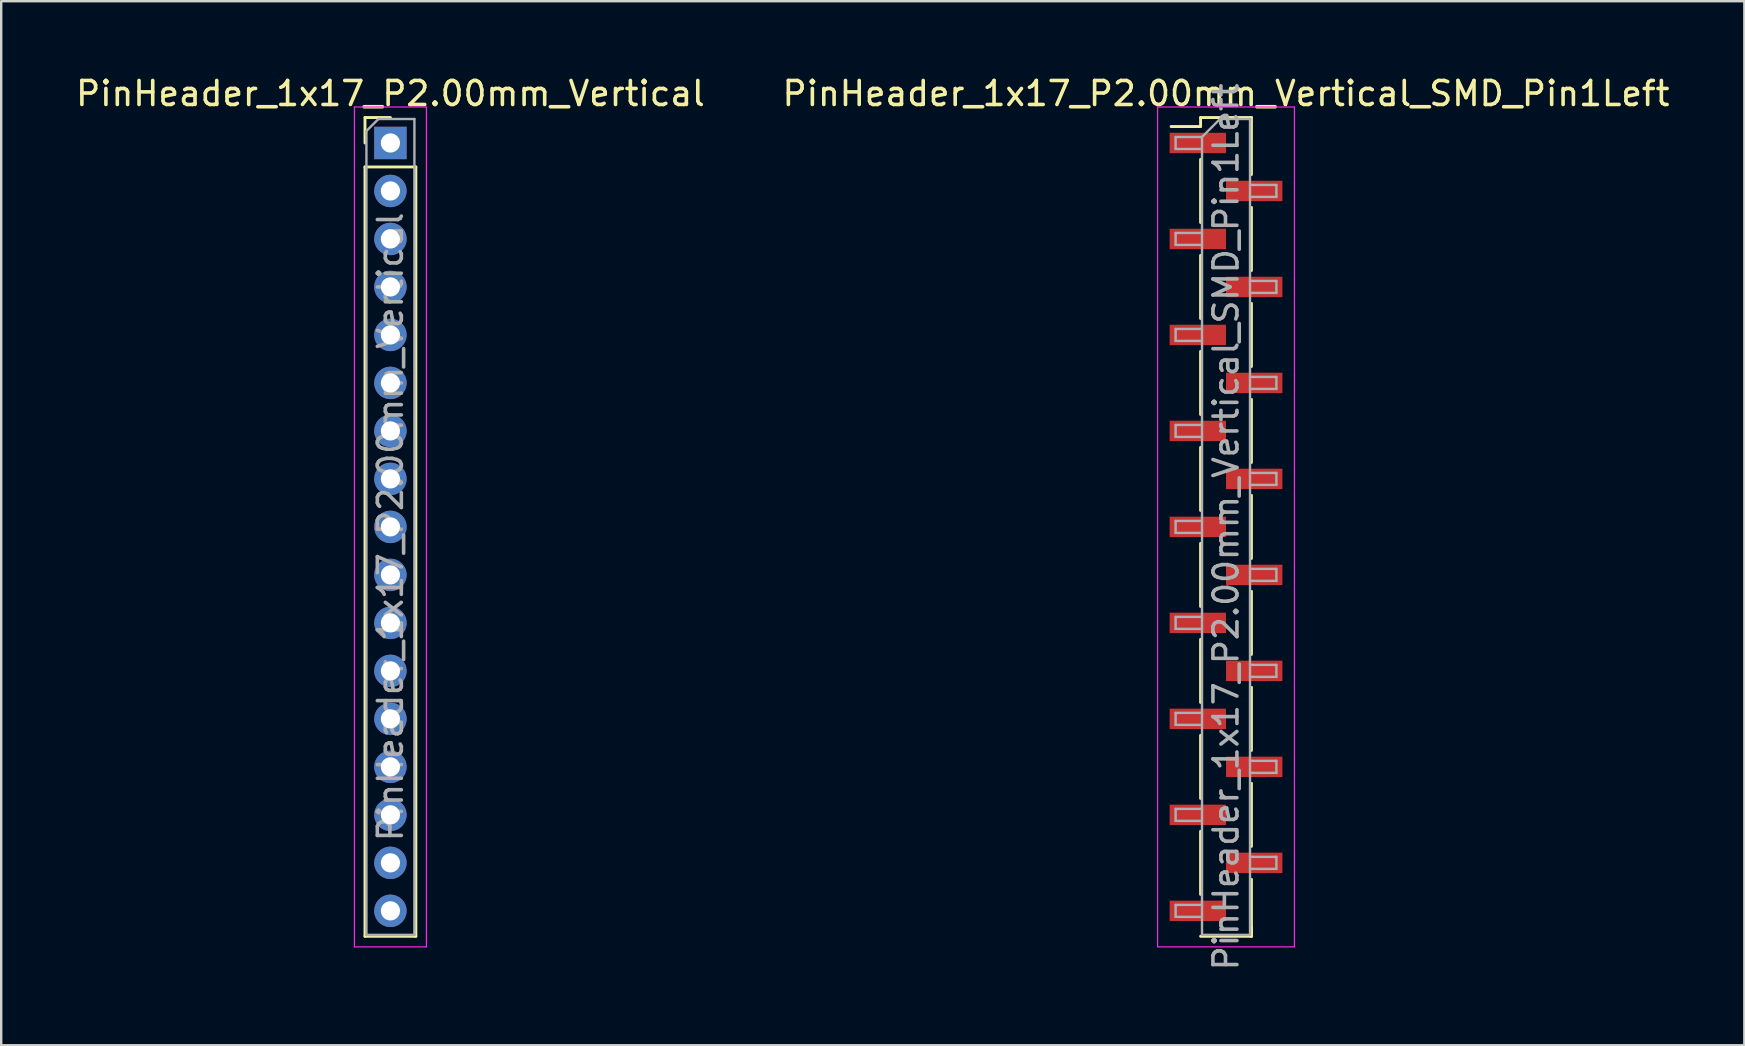
<source format=kicad_pcb>
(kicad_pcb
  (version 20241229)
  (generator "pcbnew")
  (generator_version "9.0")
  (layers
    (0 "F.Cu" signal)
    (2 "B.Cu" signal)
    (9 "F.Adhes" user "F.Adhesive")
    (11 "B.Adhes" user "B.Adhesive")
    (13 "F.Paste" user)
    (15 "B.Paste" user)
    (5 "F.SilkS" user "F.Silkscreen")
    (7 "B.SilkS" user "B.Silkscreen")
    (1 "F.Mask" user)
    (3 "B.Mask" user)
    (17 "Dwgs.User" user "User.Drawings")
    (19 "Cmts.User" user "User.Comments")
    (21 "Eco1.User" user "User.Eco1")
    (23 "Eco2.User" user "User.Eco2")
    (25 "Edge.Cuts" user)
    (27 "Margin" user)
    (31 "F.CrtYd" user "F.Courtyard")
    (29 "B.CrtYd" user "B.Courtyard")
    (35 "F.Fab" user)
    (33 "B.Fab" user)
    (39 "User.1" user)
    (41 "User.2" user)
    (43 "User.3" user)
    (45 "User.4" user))
  (footprint "PinHeader_1x17_P2.00mm_Vertical_SMD_Pin1Left"
    (layer "F.Cu")
    (at 48.042 18.908)
    (property "Reference" "PinHeader_1x17_P2.00mm_Vertical_SMD_Pin1Left" (at 0 -18.06 0) (layer "F.SilkS") (effects (font (size 1 1) (thickness 0.15))))
    (attr smd)
    (fp_line (start -1.06 -17.06) (end -1.06 -16.685) (stroke (width 0.12) (type solid)) (layer "F.SilkS"))
    (fp_line (start -1.06 -17.06) (end 1.06 -17.06) (stroke (width 0.12) (type solid)) (layer "F.SilkS"))
    (fp_line (start -1.06 -16.685) (end -2.29 -16.685) (stroke (width 0.12) (type solid)) (layer "F.SilkS"))
    (fp_line (start -1.06 -15.315) (end -1.06 -12.685) (stroke (width 0.12) (type solid)) (layer "F.SilkS"))
    (fp_line (start -1.06 -11.315) (end -1.06 -8.685) (stroke (width 0.12) (type solid)) (layer "F.SilkS"))
    (fp_line (start -1.06 -7.315) (end -1.06 -4.685) (stroke (width 0.12) (type solid)) (layer "F.SilkS"))
    (fp_line (start -1.06 -3.315) (end -1.06 -0.685) (stroke (width 0.12) (type solid)) (layer "F.SilkS"))
    (fp_line (start -1.06 0.685) (end -1.06 3.315) (stroke (width 0.12) (type solid)) (layer "F.SilkS"))
    (fp_line (start -1.06 4.685) (end -1.06 7.315) (stroke (width 0.12) (type solid)) (layer "F.SilkS"))
    (fp_line (start -1.06 8.685) (end -1.06 11.315) (stroke (width 0.12) (type solid)) (layer "F.SilkS"))
    (fp_line (start -1.06 12.685) (end -1.06 15.315) (stroke (width 0.12) (type solid)) (layer "F.SilkS"))
    (fp_line (start -1.06 17.06) (end 1.06 17.06) (stroke (width 0.12) (type solid)) (layer "F.SilkS"))
    (fp_line (start 1.06 -17.06) (end 1.06 -14.685) (stroke (width 0.12) (type solid)) (layer "F.SilkS"))
    (fp_line (start 1.06 -13.315) (end 1.06 -10.685) (stroke (width 0.12) (type solid)) (layer "F.SilkS"))
    (fp_line (start 1.06 -9.315) (end 1.06 -6.685) (stroke (width 0.12) (type solid)) (layer "F.SilkS"))
    (fp_line (start 1.06 -5.315) (end 1.06 -2.685) (stroke (width 0.12) (type solid)) (layer "F.SilkS"))
    (fp_line (start 1.06 -1.315) (end 1.06 1.315) (stroke (width 0.12) (type solid)) (layer "F.SilkS"))
    (fp_line (start 1.06 2.685) (end 1.06 5.315) (stroke (width 0.12) (type solid)) (layer "F.SilkS"))
    (fp_line (start 1.06 6.685) (end 1.06 9.315) (stroke (width 0.12) (type solid)) (layer "F.SilkS"))
    (fp_line (start 1.06 10.685) (end 1.06 13.315) (stroke (width 0.12) (type solid)) (layer "F.SilkS"))
    (fp_line (start 1.06 14.685) (end 1.06 17.06) (stroke (width 0.12) (type solid)) (layer "F.SilkS"))
    (fp_line (start 1.06 16.685) (end 1.06 17.06) (stroke (width 0.12) (type solid)) (layer "F.SilkS"))
    (fp_line (start -2.85 -17.5) (end -2.85 17.5) (stroke (width 0.05) (type solid)) (layer "F.CrtYd"))
    (fp_line (start -2.85 17.5) (end 2.85 17.5) (stroke (width 0.05) (type solid)) (layer "F.CrtYd"))
    (fp_line (start 2.85 -17.5) (end -2.85 -17.5) (stroke (width 0.05) (type solid)) (layer "F.CrtYd"))
    (fp_line (start 2.85 17.5) (end 2.85 -17.5) (stroke (width 0.05) (type solid)) (layer "F.CrtYd"))
    (fp_line (start -2.1 -16.25) (end -2.1 -15.75) (stroke (width 0.1) (type solid)) (layer "F.Fab"))
    (fp_line (start -2.1 -15.75) (end -1 -15.75) (stroke (width 0.1) (type solid)) (layer "F.Fab"))
    (fp_line (start -2.1 -12.25) (end -2.1 -11.75) (stroke (width 0.1) (type solid)) (layer "F.Fab"))
    (fp_line (start -2.1 -11.75) (end -1 -11.75) (stroke (width 0.1) (type solid)) (layer "F.Fab"))
    (fp_line (start -2.1 -8.25) (end -2.1 -7.75) (stroke (width 0.1) (type solid)) (layer "F.Fab"))
    (fp_line (start -2.1 -7.75) (end -1 -7.75) (stroke (width 0.1) (type solid)) (layer "F.Fab"))
    (fp_line (start -2.1 -4.25) (end -2.1 -3.75) (stroke (width 0.1) (type solid)) (layer "F.Fab"))
    (fp_line (start -2.1 -3.75) (end -1 -3.75) (stroke (width 0.1) (type solid)) (layer "F.Fab"))
    (fp_line (start -2.1 -0.25) (end -2.1 0.25) (stroke (width 0.1) (type solid)) (layer "F.Fab"))
    (fp_line (start -2.1 0.25) (end -1 0.25) (stroke (width 0.1) (type solid)) (layer "F.Fab"))
    (fp_line (start -2.1 3.75) (end -2.1 4.25) (stroke (width 0.1) (type solid)) (layer "F.Fab"))
    (fp_line (start -2.1 4.25) (end -1 4.25) (stroke (width 0.1) (type solid)) (layer "F.Fab"))
    (fp_line (start -2.1 7.75) (end -2.1 8.25) (stroke (width 0.1) (type solid)) (layer "F.Fab"))
    (fp_line (start -2.1 8.25) (end -1 8.25) (stroke (width 0.1) (type solid)) (layer "F.Fab"))
    (fp_line (start -2.1 11.75) (end -2.1 12.25) (stroke (width 0.1) (type solid)) (layer "F.Fab"))
    (fp_line (start -2.1 12.25) (end -1 12.25) (stroke (width 0.1) (type solid)) (layer "F.Fab"))
    (fp_line (start -2.1 15.75) (end -2.1 16.25) (stroke (width 0.1) (type solid)) (layer "F.Fab"))
    (fp_line (start -2.1 16.25) (end -1 16.25) (stroke (width 0.1) (type solid)) (layer "F.Fab"))
    (fp_line (start -1 -16.25) (end -2.1 -16.25) (stroke (width 0.1) (type solid)) (layer "F.Fab"))
    (fp_line (start -1 -16.25) (end -0.25 -17) (stroke (width 0.1) (type solid)) (layer "F.Fab"))
    (fp_line (start -1 -12.25) (end -2.1 -12.25) (stroke (width 0.1) (type solid)) (layer "F.Fab"))
    (fp_line (start -1 -8.25) (end -2.1 -8.25) (stroke (width 0.1) (type solid)) (layer "F.Fab"))
    (fp_line (start -1 -4.25) (end -2.1 -4.25) (stroke (width 0.1) (type solid)) (layer "F.Fab"))
    (fp_line (start -1 -0.25) (end -2.1 -0.25) (stroke (width 0.1) (type solid)) (layer "F.Fab"))
    (fp_line (start -1 3.75) (end -2.1 3.75) (stroke (width 0.1) (type solid)) (layer "F.Fab"))
    (fp_line (start -1 7.75) (end -2.1 7.75) (stroke (width 0.1) (type solid)) (layer "F.Fab"))
    (fp_line (start -1 11.75) (end -2.1 11.75) (stroke (width 0.1) (type solid)) (layer "F.Fab"))
    (fp_line (start -1 15.75) (end -2.1 15.75) (stroke (width 0.1) (type solid)) (layer "F.Fab"))
    (fp_line (start -1 17) (end -1 -16.25) (stroke (width 0.1) (type solid)) (layer "F.Fab"))
    (fp_line (start -0.25 -17) (end 1 -17) (stroke (width 0.1) (type solid)) (layer "F.Fab"))
    (fp_line (start 1 -17) (end 1 17) (stroke (width 0.1) (type solid)) (layer "F.Fab"))
    (fp_line (start 1 -14.25) (end 2.1 -14.25) (stroke (width 0.1) (type solid)) (layer "F.Fab"))
    (fp_line (start 1 -10.25) (end 2.1 -10.25) (stroke (width 0.1) (type solid)) (layer "F.Fab"))
    (fp_line (start 1 -6.25) (end 2.1 -6.25) (stroke (width 0.1) (type solid)) (layer "F.Fab"))
    (fp_line (start 1 -2.25) (end 2.1 -2.25) (stroke (width 0.1) (type solid)) (layer "F.Fab"))
    (fp_line (start 1 1.75) (end 2.1 1.75) (stroke (width 0.1) (type solid)) (layer "F.Fab"))
    (fp_line (start 1 5.75) (end 2.1 5.75) (stroke (width 0.1) (type solid)) (layer "F.Fab"))
    (fp_line (start 1 9.75) (end 2.1 9.75) (stroke (width 0.1) (type solid)) (layer "F.Fab"))
    (fp_line (start 1 13.75) (end 2.1 13.75) (stroke (width 0.1) (type solid)) (layer "F.Fab"))
    (fp_line (start 1 17) (end -1 17) (stroke (width 0.1) (type solid)) (layer "F.Fab"))
    (fp_line (start 2.1 -14.25) (end 2.1 -13.75) (stroke (width 0.1) (type solid)) (layer "F.Fab"))
    (fp_line (start 2.1 -13.75) (end 1 -13.75) (stroke (width 0.1) (type solid)) (layer "F.Fab"))
    (fp_line (start 2.1 -10.25) (end 2.1 -9.75) (stroke (width 0.1) (type solid)) (layer "F.Fab"))
    (fp_line (start 2.1 -9.75) (end 1 -9.75) (stroke (width 0.1) (type solid)) (layer "F.Fab"))
    (fp_line (start 2.1 -6.25) (end 2.1 -5.75) (stroke (width 0.1) (type solid)) (layer "F.Fab"))
    (fp_line (start 2.1 -5.75) (end 1 -5.75) (stroke (width 0.1) (type solid)) (layer "F.Fab"))
    (fp_line (start 2.1 -2.25) (end 2.1 -1.75) (stroke (width 0.1) (type solid)) (layer "F.Fab"))
    (fp_line (start 2.1 -1.75) (end 1 -1.75) (stroke (width 0.1) (type solid)) (layer "F.Fab"))
    (fp_line (start 2.1 1.75) (end 2.1 2.25) (stroke (width 0.1) (type solid)) (layer "F.Fab"))
    (fp_line (start 2.1 2.25) (end 1 2.25) (stroke (width 0.1) (type solid)) (layer "F.Fab"))
    (fp_line (start 2.1 5.75) (end 2.1 6.25) (stroke (width 0.1) (type solid)) (layer "F.Fab"))
    (fp_line (start 2.1 6.25) (end 1 6.25) (stroke (width 0.1) (type solid)) (layer "F.Fab"))
    (fp_line (start 2.1 9.75) (end 2.1 10.25) (stroke (width 0.1) (type solid)) (layer "F.Fab"))
    (fp_line (start 2.1 10.25) (end 1 10.25) (stroke (width 0.1) (type solid)) (layer "F.Fab"))
    (fp_line (start 2.1 13.75) (end 2.1 14.25) (stroke (width 0.1) (type solid)) (layer "F.Fab"))
    (fp_line (start 2.1 14.25) (end 1 14.25) (stroke (width 0.1) (type solid)) (layer "F.Fab"))
    (fp_text user "${REFERENCE}" (at 0 0 90) (layer "F.Fab") (effects (font (size 1 1) (thickness 0.15))))
    (pad "1" smd rect (at -1.175 -16) (size 2.35 0.85) (layers "F.Cu" "F.Mask" "F.Paste"))
    (pad "2" smd rect (at 1.175 -14) (size 2.35 0.85) (layers "F.Cu" "F.Mask" "F.Paste"))
    (pad "3" smd rect (at -1.175 -12) (size 2.35 0.85) (layers "F.Cu" "F.Mask" "F.Paste"))
    (pad "4" smd rect (at 1.175 -10) (size 2.35 0.85) (layers "F.Cu" "F.Mask" "F.Paste"))
    (pad "5" smd rect (at -1.175 -8) (size 2.35 0.85) (layers "F.Cu" "F.Mask" "F.Paste"))
    (pad "6" smd rect (at 1.175 -6) (size 2.35 0.85) (layers "F.Cu" "F.Mask" "F.Paste"))
    (pad "7" smd rect (at -1.175 -4) (size 2.35 0.85) (layers "F.Cu" "F.Mask" "F.Paste"))
    (pad "8" smd rect (at 1.175 -2) (size 2.35 0.85) (layers "F.Cu" "F.Mask" "F.Paste"))
    (pad "9" smd rect (at -1.175 0) (size 2.35 0.85) (layers "F.Cu" "F.Mask" "F.Paste"))
    (pad "10" smd rect (at 1.175 2) (size 2.35 0.85) (layers "F.Cu" "F.Mask" "F.Paste"))
    (pad "11" smd rect (at -1.175 4) (size 2.35 0.85) (layers "F.Cu" "F.Mask" "F.Paste"))
    (pad "12" smd rect (at 1.175 6) (size 2.35 0.85) (layers "F.Cu" "F.Mask" "F.Paste"))
    (pad "13" smd rect (at -1.175 8) (size 2.35 0.85) (layers "F.Cu" "F.Mask" "F.Paste"))
    (pad "14" smd rect (at 1.175 10) (size 2.35 0.85) (layers "F.Cu" "F.Mask" "F.Paste"))
    (pad "15" smd rect (at -1.175 12) (size 2.35 0.85) (layers "F.Cu" "F.Mask" "F.Paste"))
    (pad "16" smd rect (at 1.175 14) (size 2.35 0.85) (layers "F.Cu" "F.Mask" "F.Paste"))
    (pad "17" smd rect (at -1.175 16) (size 2.35 0.85) (layers "F.Cu" "F.Mask" "F.Paste")))
  (footprint "PinHeader_1x17_P2.00mm_Vertical"
    (layer "F.Cu")
    (at 13.22 2.908)
    (property "Reference" "PinHeader_1x17_P2.00mm_Vertical" (at 0 -2.06 0) (layer "F.SilkS") (effects (font (size 1 1) (thickness 0.15))))
    (attr through_hole)
    (fp_line (start -1.06 -1.06) (end 0 -1.06) (stroke (width 0.12) (type solid)) (layer "F.SilkS"))
    (fp_line (start -1.06 0) (end -1.06 -1.06) (stroke (width 0.12) (type solid)) (layer "F.SilkS"))
    (fp_line (start -1.06 1) (end -1.06 33.06) (stroke (width 0.12) (type solid)) (layer "F.SilkS"))
    (fp_line (start -1.06 1) (end 1.06 1) (stroke (width 0.12) (type solid)) (layer "F.SilkS"))
    (fp_line (start -1.06 33.06) (end 1.06 33.06) (stroke (width 0.12) (type solid)) (layer "F.SilkS"))
    (fp_line (start 1.06 1) (end 1.06 33.06) (stroke (width 0.12) (type solid)) (layer "F.SilkS"))
    (fp_line (start -1.5 -1.5) (end -1.5 33.5) (stroke (width 0.05) (type solid)) (layer "F.CrtYd"))
    (fp_line (start -1.5 33.5) (end 1.5 33.5) (stroke (width 0.05) (type solid)) (layer "F.CrtYd"))
    (fp_line (start 1.5 -1.5) (end -1.5 -1.5) (stroke (width 0.05) (type solid)) (layer "F.CrtYd"))
    (fp_line (start 1.5 33.5) (end 1.5 -1.5) (stroke (width 0.05) (type solid)) (layer "F.CrtYd"))
    (fp_line (start -1 -0.5) (end -0.5 -1) (stroke (width 0.1) (type solid)) (layer "F.Fab"))
    (fp_line (start -1 33) (end -1 -0.5) (stroke (width 0.1) (type solid)) (layer "F.Fab"))
    (fp_line (start -0.5 -1) (end 1 -1) (stroke (width 0.1) (type solid)) (layer "F.Fab"))
    (fp_line (start 1 -1) (end 1 33) (stroke (width 0.1) (type solid)) (layer "F.Fab"))
    (fp_line (start 1 33) (end -1 33) (stroke (width 0.1) (type solid)) (layer "F.Fab"))
    (fp_text user "${REFERENCE}" (at 0 16 90) (layer "F.Fab") (effects (font (size 1 1) (thickness 0.15))))
    (pad "1" thru_hole rect (at 0 0) (size 1.35 1.35) (drill 0.8) (layers "*.Cu" "*.Mask"))
    (pad "2" thru_hole oval (at 0 2) (size 1.35 1.35) (drill 0.8) (layers "*.Cu" "*.Mask"))
    (pad "3" thru_hole oval (at 0 4) (size 1.35 1.35) (drill 0.8) (layers "*.Cu" "*.Mask"))
    (pad "4" thru_hole oval (at 0 6) (size 1.35 1.35) (drill 0.8) (layers "*.Cu" "*.Mask"))
    (pad "5" thru_hole oval (at 0 8) (size 1.35 1.35) (drill 0.8) (layers "*.Cu" "*.Mask"))
    (pad "6" thru_hole oval (at 0 10) (size 1.35 1.35) (drill 0.8) (layers "*.Cu" "*.Mask"))
    (pad "7" thru_hole oval (at 0 12) (size 1.35 1.35) (drill 0.8) (layers "*.Cu" "*.Mask"))
    (pad "8" thru_hole oval (at 0 14) (size 1.35 1.35) (drill 0.8) (layers "*.Cu" "*.Mask"))
    (pad "9" thru_hole oval (at 0 16) (size 1.35 1.35) (drill 0.8) (layers "*.Cu" "*.Mask"))
    (pad "10" thru_hole oval (at 0 18) (size 1.35 1.35) (drill 0.8) (layers "*.Cu" "*.Mask"))
    (pad "11" thru_hole oval (at 0 20) (size 1.35 1.35) (drill 0.8) (layers "*.Cu" "*.Mask"))
    (pad "12" thru_hole oval (at 0 22) (size 1.35 1.35) (drill 0.8) (layers "*.Cu" "*.Mask"))
    (pad "13" thru_hole oval (at 0 24) (size 1.35 1.35) (drill 0.8) (layers "*.Cu" "*.Mask"))
    (pad "14" thru_hole oval (at 0 26) (size 1.35 1.35) (drill 0.8) (layers "*.Cu" "*.Mask"))
    (pad "15" thru_hole oval (at 0 28) (size 1.35 1.35) (drill 0.8) (layers "*.Cu" "*.Mask"))
    (pad "16" thru_hole oval (at 0 30) (size 1.35 1.35) (drill 0.8) (layers "*.Cu" "*.Mask"))
    (pad "17" thru_hole oval (at 0 32) (size 1.35 1.35) (drill 0.8) (layers "*.Cu" "*.Mask")))
  (gr_rect
    (start -3 -3)
    (end 69.643 40.509)
    (stroke (width 0.1) (type default))
    (fill no)
    (layer "Edge.Cuts")))
</source>
